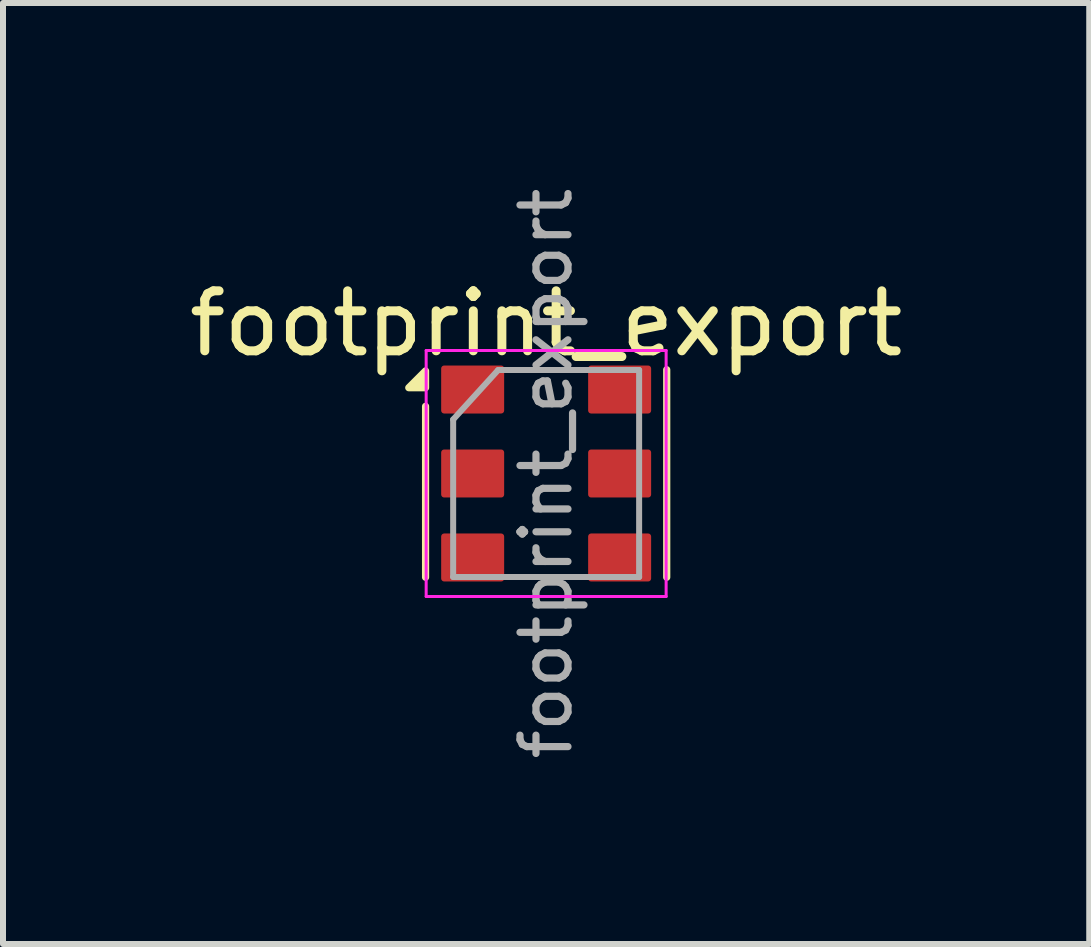
<source format=kicad_pcb>
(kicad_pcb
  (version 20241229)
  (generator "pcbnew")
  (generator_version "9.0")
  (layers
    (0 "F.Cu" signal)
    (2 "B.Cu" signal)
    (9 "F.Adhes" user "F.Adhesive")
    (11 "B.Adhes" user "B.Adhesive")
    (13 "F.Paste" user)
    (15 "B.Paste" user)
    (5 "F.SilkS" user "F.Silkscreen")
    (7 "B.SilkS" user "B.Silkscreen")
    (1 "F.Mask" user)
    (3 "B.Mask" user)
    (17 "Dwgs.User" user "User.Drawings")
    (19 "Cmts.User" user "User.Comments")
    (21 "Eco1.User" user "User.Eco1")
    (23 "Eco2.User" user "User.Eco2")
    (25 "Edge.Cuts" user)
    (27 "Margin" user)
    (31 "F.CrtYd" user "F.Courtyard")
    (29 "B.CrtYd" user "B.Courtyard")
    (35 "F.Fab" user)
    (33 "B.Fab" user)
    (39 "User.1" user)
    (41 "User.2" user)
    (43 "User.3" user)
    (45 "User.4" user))
  (footprint "footprint_export"
    (layer "F.Cu")
    (at 6.054 4.843)
    (property "Reference" "footprint_export" (at 0 -2.5 0) (layer "F.SilkS") (effects (font (size 1 1) (thickness 0.15))))
    (attr smd)
    (fp_line (start -2.01 1.73) (end -2.01 -1.12) (stroke (width 0.12) (type solid)) (layer "F.SilkS"))
    (fp_line (start 2.01 1.73) (end 2.01 -1.73) (stroke (width 0.12) (type solid)) (layer "F.SilkS"))
    (fp_poly (pts (xy -2.01 -1.43) (xy -2.29 -1.43) (xy -2.01 -1.71) (xy -2.01 -1.43)) (stroke (width 0.12) (type solid)) (fill yes) (layer "F.SilkS"))
    (fp_line (start -2 -2.05) (end -2 2.05) (stroke (width 0.05) (type solid)) (layer "F.CrtYd"))
    (fp_line (start -2 2.05) (end 2 2.05) (stroke (width 0.05) (type solid)) (layer "F.CrtYd"))
    (fp_line (start 2 -2.05) (end -2 -2.05) (stroke (width 0.05) (type solid)) (layer "F.CrtYd"))
    (fp_line (start 2 -2.05) (end 2 2.05) (stroke (width 0.05) (type solid)) (layer "F.CrtYd"))
    (fp_line (start -1.55 -0.9) (end -1.55 1.725) (stroke (width 0.1) (type solid)) (layer "F.Fab"))
    (fp_line (start -1.55 1.725) (end 1.55 1.725) (stroke (width 0.1) (type solid)) (layer "F.Fab"))
    (fp_line (start -0.8 -1.725) (end -1.55 -0.9) (stroke (width 0.1) (type solid)) (layer "F.Fab"))
    (fp_line (start 1.55 -1.725) (end -0.8 -1.725) (stroke (width 0.1) (type solid)) (layer "F.Fab"))
    (fp_line (start 1.55 -1.725) (end 1.55 1.725) (stroke (width 0.1) (type solid)) (layer "F.Fab"))
    (fp_text user "${REFERENCE}" (at 0 0 90) (layer "F.Fab") (effects (font (size 0.8 0.8) (thickness 0.12))))
    (pad "1" smd roundrect (at -1.225 -1.4) (size 1.05 0.8) (layers "F.Cu" "F.Mask" "F.Paste") (roundrect_rratio 0.062))
    (pad "2" smd roundrect (at -1.225 0) (size 1.05 0.8) (layers "F.Cu" "F.Mask" "F.Paste") (roundrect_rratio 0.062))
    (pad "3" smd roundrect (at -1.225 1.4) (size 1.05 0.8) (layers "F.Cu" "F.Mask" "F.Paste") (roundrect_rratio 0.062))
    (pad "4" smd roundrect (at 1.225 1.4) (size 1.05 0.8) (layers "F.Cu" "F.Mask" "F.Paste") (roundrect_rratio 0.062))
    (pad "5" smd roundrect (at 1.225 0) (size 1.05 0.8) (layers "F.Cu" "F.Mask" "F.Paste") (roundrect_rratio 0.062))
    (pad "6" smd roundrect (at 1.225 -1.4) (size 1.05 0.8) (layers "F.Cu" "F.Mask" "F.Paste") (roundrect_rratio 0.062)))
  (gr_rect
    (start -3 -3)
    (end 15.107 12.686)
    (stroke (width 0.1) (type default))
    (fill no)
    (layer "Edge.Cuts")))
</source>
